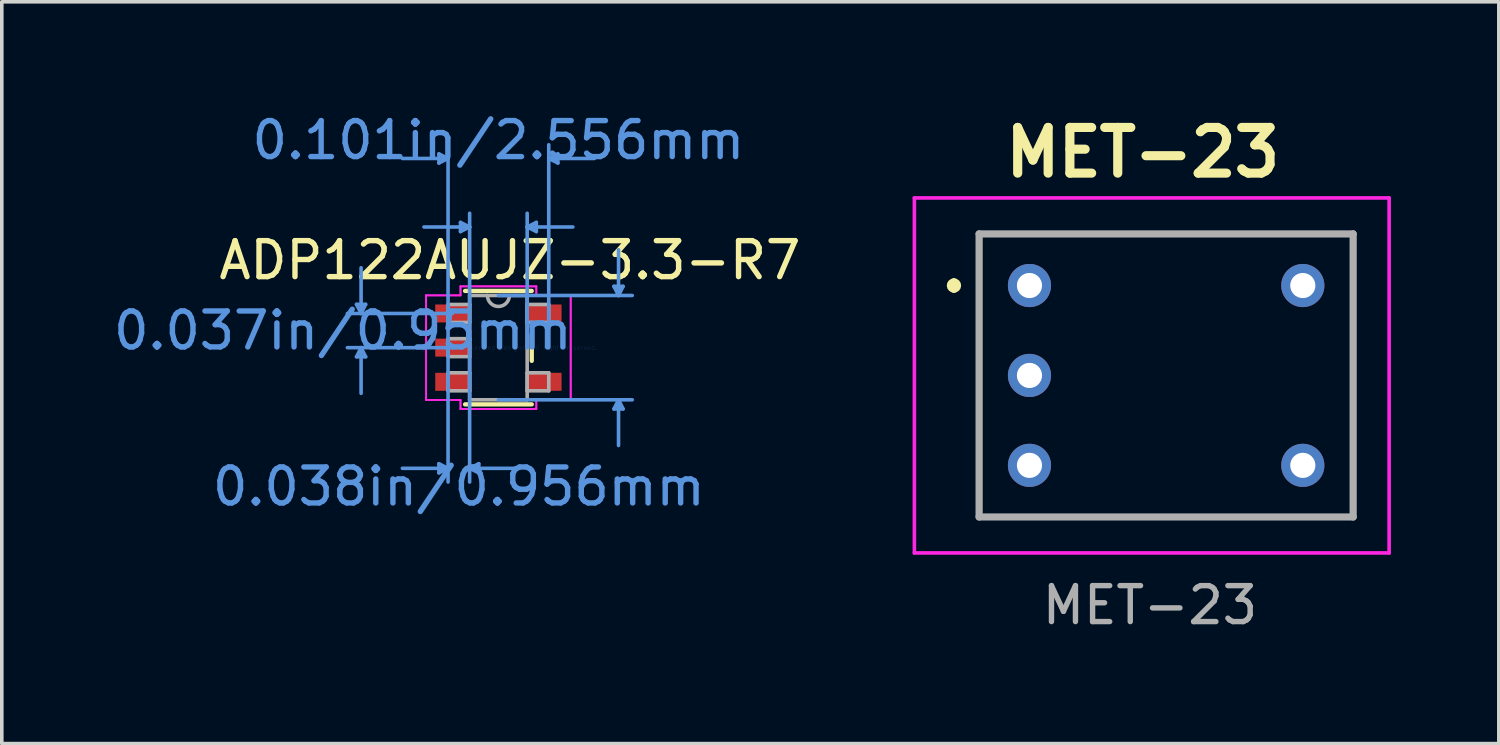
<source format=kicad_pcb>
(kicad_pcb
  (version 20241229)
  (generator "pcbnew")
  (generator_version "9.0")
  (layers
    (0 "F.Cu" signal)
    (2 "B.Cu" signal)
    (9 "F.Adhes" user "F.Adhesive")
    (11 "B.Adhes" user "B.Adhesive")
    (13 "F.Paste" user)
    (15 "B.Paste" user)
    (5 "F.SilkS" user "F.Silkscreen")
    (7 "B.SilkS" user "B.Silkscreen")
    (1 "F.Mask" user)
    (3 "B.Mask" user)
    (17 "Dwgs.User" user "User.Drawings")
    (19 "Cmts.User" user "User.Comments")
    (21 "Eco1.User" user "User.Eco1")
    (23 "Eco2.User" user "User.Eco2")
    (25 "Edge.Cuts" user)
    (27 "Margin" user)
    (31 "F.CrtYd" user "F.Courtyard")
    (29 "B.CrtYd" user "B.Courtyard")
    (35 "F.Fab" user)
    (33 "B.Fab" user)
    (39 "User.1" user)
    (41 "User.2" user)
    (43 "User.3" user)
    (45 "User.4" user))
  (footprint "MET-23"
    (layer "F.Cu")
    (at 29.184 7.174)
    (property "Reference" "MET-23" (at -0.46 -5.985 0) (layer "F.SilkS") (effects (font (size 1.27 1.27) (thickness 0.254))))
    (attr through_hole)
    (fp_line (start -5.71 -2.385) (end -5.71 -2.385) (stroke (width 0.2) (type solid)) (layer "F.SilkS"))
    (fp_line (start -5.71 -2.185) (end -5.71 -2.185) (stroke (width 0.2) (type solid)) (layer "F.SilkS"))
    (fp_line (start -5.01 -3.72) (end -5.01 4.15) (stroke (width 0.1) (type solid)) (layer "F.SilkS"))
    (fp_line (start -5.01 4.15) (end 5.39 4.15) (stroke (width 0.1) (type solid)) (layer "F.SilkS"))
    (fp_line (start 5.39 -3.72) (end -5.01 -3.72) (stroke (width 0.1) (type solid)) (layer "F.SilkS"))
    (fp_line (start 5.39 4.15) (end 5.39 -3.72) (stroke (width 0.1) (type solid)) (layer "F.SilkS"))
    (fp_arc (start -5.71 -2.385) (mid -5.61 -2.285) (end -5.71 -2.185) (stroke (width 0.2) (type solid)) (layer "F.SilkS"))
    (fp_arc (start -5.71 -2.185) (mid -5.81 -2.285) (end -5.71 -2.385) (stroke (width 0.2) (type solid)) (layer "F.SilkS"))
    (fp_line (start -6.81 -4.72) (end -6.81 5.15) (stroke (width 0.1) (type solid)) (layer "F.CrtYd"))
    (fp_line (start -6.81 5.15) (end 6.39 5.15) (stroke (width 0.1) (type solid)) (layer "F.CrtYd"))
    (fp_line (start 6.39 -4.72) (end -6.81 -4.72) (stroke (width 0.1) (type solid)) (layer "F.CrtYd"))
    (fp_line (start 6.39 5.15) (end 6.39 -4.72) (stroke (width 0.1) (type solid)) (layer "F.CrtYd"))
    (fp_line (start -5.01 -3.72) (end -5.01 4.15) (stroke (width 0.2) (type solid)) (layer "F.Fab"))
    (fp_line (start -5.01 4.15) (end 5.39 4.15) (stroke (width 0.2) (type solid)) (layer "F.Fab"))
    (fp_line (start 5.39 -3.72) (end -5.01 -3.72) (stroke (width 0.2) (type solid)) (layer "F.Fab"))
    (fp_line (start 5.39 4.15) (end 5.39 -3.72) (stroke (width 0.2) (type solid)) (layer "F.Fab"))
    (fp_text user "MET-23" (at -0.26 6.604 0) (unlocked yes) (layer "F.Fab") (effects (font (size 1 1) (thickness 0.15))))
    (pad "1" thru_hole circle (at -3.61 -2.285) (size 1.2 1.2) (drill 0.7) (layers "*.Cu" "*.Mask"))
    (pad "2" thru_hole circle (at -3.61 0.215) (size 1.2 1.2) (drill 0.7) (layers "*.Cu" "*.Mask"))
    (pad "3" thru_hole circle (at -3.61 2.715) (size 1.2 1.2) (drill 0.7) (layers "*.Cu" "*.Mask"))
    (pad "4" thru_hole circle (at 3.99 2.715) (size 1.2 1.2) (drill 0.7) (layers "*.Cu" "*.Mask"))
    (pad "5" thru_hole circle (at 3.99 -2.285) (size 1.2 1.2) (drill 0.7) (layers "*.Cu" "*.Mask")))
  (footprint "ADP122AUJZ-3.3-R7"
    (layer "F.Cu")
    (at 10.808 6.616)
    (property "Reference" "ADP122AUJZ-3.3-R7" (at 0.32 -2.43 0) (layer "F.SilkS") (effects (font (size 1 1) (thickness 0.15))))
    (attr through_hole)
    (fp_line (start -0.927 1.577) (end 0.927 1.577) (stroke (width 0.12) (type solid)) (layer "F.SilkS"))
    (fp_line (start 0.927 -1.577) (end -0.927 -1.577) (stroke (width 0.12) (type solid)) (layer "F.SilkS"))
    (fp_line (start 0.927 0.367) (end 0.927 -0.367) (stroke (width 0.12) (type solid)) (layer "F.SilkS"))
    (fp_line (start -3.945 -1.204) (end -3.691 -1.204) (stroke (width 0.1) (type solid)) (layer "Cmts.User"))
    (fp_line (start -3.945 0.254) (end -3.691 0.254) (stroke (width 0.1) (type solid)) (layer "Cmts.User"))
    (fp_line (start -3.818 -0.95) (end -3.945 -1.204) (stroke (width 0.1) (type solid)) (layer "Cmts.User"))
    (fp_line (start -3.818 -0.95) (end -3.818 -2.22) (stroke (width 0.1) (type solid)) (layer "Cmts.User"))
    (fp_line (start -3.818 -0.95) (end -3.691 -1.204) (stroke (width 0.1) (type solid)) (layer "Cmts.User"))
    (fp_line (start -3.818 0) (end -3.945 0.254) (stroke (width 0.1) (type solid)) (layer "Cmts.User"))
    (fp_line (start -3.818 0) (end -3.818 1.27) (stroke (width 0.1) (type solid)) (layer "Cmts.User"))
    (fp_line (start -3.818 0) (end -3.691 0.254) (stroke (width 0.1) (type solid)) (layer "Cmts.User"))
    (fp_line (start -1.654 -5.387) (end -1.654 -5.133) (stroke (width 0.1) (type solid)) (layer "Cmts.User"))
    (fp_line (start -1.654 3.228) (end -1.654 3.482) (stroke (width 0.1) (type solid)) (layer "Cmts.User"))
    (fp_line (start -1.4 -5.26) (end -2.67 -5.26) (stroke (width 0.1) (type solid)) (layer "Cmts.User"))
    (fp_line (start -1.4 -5.26) (end -1.654 -5.387) (stroke (width 0.1) (type solid)) (layer "Cmts.User"))
    (fp_line (start -1.4 -5.26) (end -1.654 -5.133) (stroke (width 0.1) (type solid)) (layer "Cmts.User"))
    (fp_line (start -1.4 0) (end -1.4 -5.641) (stroke (width 0.1) (type solid)) (layer "Cmts.User"))
    (fp_line (start -1.4 0) (end -1.4 3.736) (stroke (width 0.1) (type solid)) (layer "Cmts.User"))
    (fp_line (start -1.4 3.355) (end -2.67 3.355) (stroke (width 0.1) (type solid)) (layer "Cmts.User"))
    (fp_line (start -1.4 3.355) (end -1.654 3.228) (stroke (width 0.1) (type solid)) (layer "Cmts.User"))
    (fp_line (start -1.4 3.355) (end -1.654 3.482) (stroke (width 0.1) (type solid)) (layer "Cmts.User"))
    (fp_line (start -1.278 -0.95) (end -4.199 -0.95) (stroke (width 0.1) (type solid)) (layer "Cmts.User"))
    (fp_line (start -1.278 0) (end -4.199 0) (stroke (width 0.1) (type solid)) (layer "Cmts.User"))
    (fp_line (start -1.054 -3.482) (end -1.054 -3.228) (stroke (width 0.1) (type solid)) (layer "Cmts.User"))
    (fp_line (start -0.8 -3.355) (end -2.07 -3.355) (stroke (width 0.1) (type solid)) (layer "Cmts.User"))
    (fp_line (start -0.8 -3.355) (end -1.054 -3.482) (stroke (width 0.1) (type solid)) (layer "Cmts.User"))
    (fp_line (start -0.8 -3.355) (end -1.054 -3.228) (stroke (width 0.1) (type solid)) (layer "Cmts.User"))
    (fp_line (start -0.8 0) (end -0.8 -3.736) (stroke (width 0.1) (type solid)) (layer "Cmts.User"))
    (fp_line (start -0.8 0) (end -0.8 3.736) (stroke (width 0.1) (type solid)) (layer "Cmts.User"))
    (fp_line (start -0.8 3.355) (end -0.546 3.228) (stroke (width 0.1) (type solid)) (layer "Cmts.User"))
    (fp_line (start -0.8 3.355) (end -0.546 3.482) (stroke (width 0.1) (type solid)) (layer "Cmts.User"))
    (fp_line (start -0.8 3.355) (end 0.47 3.355) (stroke (width 0.1) (type solid)) (layer "Cmts.User"))
    (fp_line (start -0.546 3.228) (end -0.546 3.482) (stroke (width 0.1) (type solid)) (layer "Cmts.User"))
    (fp_line (start 0 -1.45) (end 3.721 -1.45) (stroke (width 0.1) (type solid)) (layer "Cmts.User"))
    (fp_line (start 0 1.45) (end 3.721 1.45) (stroke (width 0.1) (type solid)) (layer "Cmts.User"))
    (fp_line (start 0.8 -3.355) (end 1.054 -3.482) (stroke (width 0.1) (type solid)) (layer "Cmts.User"))
    (fp_line (start 0.8 -3.355) (end 1.054 -3.228) (stroke (width 0.1) (type solid)) (layer "Cmts.User"))
    (fp_line (start 0.8 -3.355) (end 2.07 -3.355) (stroke (width 0.1) (type solid)) (layer "Cmts.User"))
    (fp_line (start 0.8 0) (end 0.8 -3.736) (stroke (width 0.1) (type solid)) (layer "Cmts.User"))
    (fp_line (start 1.054 -3.482) (end 1.054 -3.228) (stroke (width 0.1) (type solid)) (layer "Cmts.User"))
    (fp_line (start 1.4 -5.26) (end 1.654 -5.387) (stroke (width 0.1) (type solid)) (layer "Cmts.User"))
    (fp_line (start 1.4 -5.26) (end 1.654 -5.133) (stroke (width 0.1) (type solid)) (layer "Cmts.User"))
    (fp_line (start 1.4 -5.26) (end 2.67 -5.26) (stroke (width 0.1) (type solid)) (layer "Cmts.User"))
    (fp_line (start 1.4 0) (end 1.4 -5.641) (stroke (width 0.1) (type solid)) (layer "Cmts.User"))
    (fp_line (start 1.654 -5.387) (end 1.654 -5.133) (stroke (width 0.1) (type solid)) (layer "Cmts.User"))
    (fp_line (start 3.213 -1.704) (end 3.467 -1.704) (stroke (width 0.1) (type solid)) (layer "Cmts.User"))
    (fp_line (start 3.213 1.704) (end 3.467 1.704) (stroke (width 0.1) (type solid)) (layer "Cmts.User"))
    (fp_line (start 3.34 -1.45) (end 3.213 -1.704) (stroke (width 0.1) (type solid)) (layer "Cmts.User"))
    (fp_line (start 3.34 -1.45) (end 3.34 -2.72) (stroke (width 0.1) (type solid)) (layer "Cmts.User"))
    (fp_line (start 3.34 -1.45) (end 3.467 -1.704) (stroke (width 0.1) (type solid)) (layer "Cmts.User"))
    (fp_line (start 3.34 1.45) (end 3.213 1.704) (stroke (width 0.1) (type solid)) (layer "Cmts.User"))
    (fp_line (start 3.34 1.45) (end 3.34 2.72) (stroke (width 0.1) (type solid)) (layer "Cmts.User"))
    (fp_line (start 3.34 1.45) (end 3.467 1.704) (stroke (width 0.1) (type solid)) (layer "Cmts.User"))
    (fp_line (start -2.01 -1.454) (end -1.054 -1.454) (stroke (width 0.05) (type solid)) (layer "F.CrtYd"))
    (fp_line (start -2.01 -1.454) (end -1.054 -1.454) (stroke (width 0.05) (type solid)) (layer "F.CrtYd"))
    (fp_line (start -2.01 1.454) (end -2.01 -1.454) (stroke (width 0.05) (type solid)) (layer "F.CrtYd"))
    (fp_line (start -2.01 1.454) (end -2.01 -1.454) (stroke (width 0.05) (type solid)) (layer "F.CrtYd"))
    (fp_line (start -1.054 -1.704) (end 1.054 -1.704) (stroke (width 0.05) (type solid)) (layer "F.CrtYd"))
    (fp_line (start -1.054 -1.704) (end 1.054 -1.704) (stroke (width 0.05) (type solid)) (layer "F.CrtYd"))
    (fp_line (start -1.054 -1.454) (end -1.054 -1.704) (stroke (width 0.05) (type solid)) (layer "F.CrtYd"))
    (fp_line (start -1.054 -1.454) (end -1.054 -1.704) (stroke (width 0.05) (type solid)) (layer "F.CrtYd"))
    (fp_line (start -1.054 1.454) (end -2.01 1.454) (stroke (width 0.05) (type solid)) (layer "F.CrtYd"))
    (fp_line (start -1.054 1.454) (end -2.01 1.454) (stroke (width 0.05) (type solid)) (layer "F.CrtYd"))
    (fp_line (start -1.054 1.704) (end -1.054 1.454) (stroke (width 0.05) (type solid)) (layer "F.CrtYd"))
    (fp_line (start -1.054 1.704) (end -1.054 1.454) (stroke (width 0.05) (type solid)) (layer "F.CrtYd"))
    (fp_line (start 1.054 -1.704) (end 1.054 -1.454) (stroke (width 0.05) (type solid)) (layer "F.CrtYd"))
    (fp_line (start 1.054 -1.704) (end 1.054 -1.454) (stroke (width 0.05) (type solid)) (layer "F.CrtYd"))
    (fp_line (start 1.054 -1.454) (end 2.01 -1.454) (stroke (width 0.05) (type solid)) (layer "F.CrtYd"))
    (fp_line (start 1.054 -1.454) (end 2.01 -1.454) (stroke (width 0.05) (type solid)) (layer "F.CrtYd"))
    (fp_line (start 1.054 1.454) (end 1.054 1.704) (stroke (width 0.05) (type solid)) (layer "F.CrtYd"))
    (fp_line (start 1.054 1.454) (end 1.054 1.704) (stroke (width 0.05) (type solid)) (layer "F.CrtYd"))
    (fp_line (start 1.054 1.704) (end -1.054 1.704) (stroke (width 0.05) (type solid)) (layer "F.CrtYd"))
    (fp_line (start 1.054 1.704) (end -1.054 1.704) (stroke (width 0.05) (type solid)) (layer "F.CrtYd"))
    (fp_line (start 2.01 -1.454) (end 2.01 1.454) (stroke (width 0.05) (type solid)) (layer "F.CrtYd"))
    (fp_line (start 2.01 -1.454) (end 2.01 1.454) (stroke (width 0.05) (type solid)) (layer "F.CrtYd"))
    (fp_line (start 2.01 1.454) (end 1.054 1.454) (stroke (width 0.05) (type solid)) (layer "F.CrtYd"))
    (fp_line (start 2.01 1.454) (end 1.054 1.454) (stroke (width 0.05) (type solid)) (layer "F.CrtYd"))
    (fp_line (start -1.4 -1.2) (end -1.4 -0.7) (stroke (width 0.1) (type solid)) (layer "F.Fab"))
    (fp_line (start -1.4 -0.7) (end -0.8 -0.7) (stroke (width 0.1) (type solid)) (layer "F.Fab"))
    (fp_line (start -1.4 -0.25) (end -1.4 0.25) (stroke (width 0.1) (type solid)) (layer "F.Fab"))
    (fp_line (start -1.4 0.25) (end -0.8 0.25) (stroke (width 0.1) (type solid)) (layer "F.Fab"))
    (fp_line (start -1.4 0.7) (end -1.4 1.2) (stroke (width 0.1) (type solid)) (layer "F.Fab"))
    (fp_line (start -1.4 1.2) (end -0.8 1.2) (stroke (width 0.1) (type solid)) (layer "F.Fab"))
    (fp_line (start -0.8 -1.45) (end -0.8 1.45) (stroke (width 0.1) (type solid)) (layer "F.Fab"))
    (fp_line (start -0.8 -1.2) (end -1.4 -1.2) (stroke (width 0.1) (type solid)) (layer "F.Fab"))
    (fp_line (start -0.8 -0.7) (end -0.8 -1.2) (stroke (width 0.1) (type solid)) (layer "F.Fab"))
    (fp_line (start -0.8 -0.25) (end -1.4 -0.25) (stroke (width 0.1) (type solid)) (layer "F.Fab"))
    (fp_line (start -0.8 0.25) (end -0.8 -0.25) (stroke (width 0.1) (type solid)) (layer "F.Fab"))
    (fp_line (start -0.8 0.7) (end -1.4 0.7) (stroke (width 0.1) (type solid)) (layer "F.Fab"))
    (fp_line (start -0.8 1.2) (end -0.8 0.7) (stroke (width 0.1) (type solid)) (layer "F.Fab"))
    (fp_line (start -0.8 1.45) (end 0.8 1.45) (stroke (width 0.1) (type solid)) (layer "F.Fab"))
    (fp_line (start 0.8 -1.45) (end -0.8 -1.45) (stroke (width 0.1) (type solid)) (layer "F.Fab"))
    (fp_line (start 0.8 -1.2) (end 0.8 -0.7) (stroke (width 0.1) (type solid)) (layer "F.Fab"))
    (fp_line (start 0.8 -0.7) (end 1.4 -0.7) (stroke (width 0.1) (type solid)) (layer "F.Fab"))
    (fp_line (start 0.8 0.7) (end 0.8 1.2) (stroke (width 0.1) (type solid)) (layer "F.Fab"))
    (fp_line (start 0.8 1.2) (end 1.4 1.2) (stroke (width 0.1) (type solid)) (layer "F.Fab"))
    (fp_line (start 0.8 1.45) (end 0.8 -1.45) (stroke (width 0.1) (type solid)) (layer "F.Fab"))
    (fp_line (start 1.4 -1.2) (end 0.8 -1.2) (stroke (width 0.1) (type solid)) (layer "F.Fab"))
    (fp_line (start 1.4 -0.7) (end 1.4 -1.2) (stroke (width 0.1) (type solid)) (layer "F.Fab"))
    (fp_line (start 1.4 0.7) (end 0.8 0.7) (stroke (width 0.1) (type solid)) (layer "F.Fab"))
    (fp_line (start 1.4 1.2) (end 1.4 0.7) (stroke (width 0.1) (type solid)) (layer "F.Fab"))
    (fp_arc (start 0.3048 -1.45) (mid 0 -1.1452) (end -0.3048 -1.45) (stroke (width 0.1) (type solid)) (layer "F.Fab"))
    (fp_text user "0.101in/2.556mm" (at 0 -5.768 0) (layer "Cmts.User") (effects (font (size 1 1) (thickness 0.15))))
    (fp_text user "0.037in/0.95mm" (at -4.326 -0.475 0) (layer "Cmts.User") (effects (font (size 1 1) (thickness 0.15))))
    (fp_text user "Copyright 2021 Accelerated Designs. All rights reserved." (at 0 0 0) (layer "Cmts.User") (effects (font (size 0.127 0.127) (thickness 0.002))))
    (fp_text user "0.038in/0.956mm" (at -1.1 3.863 0) (layer "Cmts.User") (effects (font (size 1 1) (thickness 0.15))))
    (pad "1" smd rect (at -1.278 -0.95) (size 0.956 0.5) (layers "F.Cu" "F.Mask" "F.Paste"))
    (pad "2" smd rect (at -1.278 0) (size 0.956 0.5) (layers "F.Cu" "F.Mask" "F.Paste"))
    (pad "3" smd rect (at -1.278 0.95) (size 0.956 0.5) (layers "F.Cu" "F.Mask" "F.Paste"))
    (pad "4" smd rect (at 1.278 0.95) (size 0.956 0.5) (layers "F.Cu" "F.Mask" "F.Paste"))
    (pad "5" smd rect (at 1.278 -0.95) (size 0.956 0.5) (layers "F.Cu" "F.Mask" "F.Paste")))
  (gr_rect
    (start -3 -3)
    (end 38.624 17.626)
    (stroke (width 0.1) (type default))
    (fill no)
    (layer "Edge.Cuts")))
</source>
